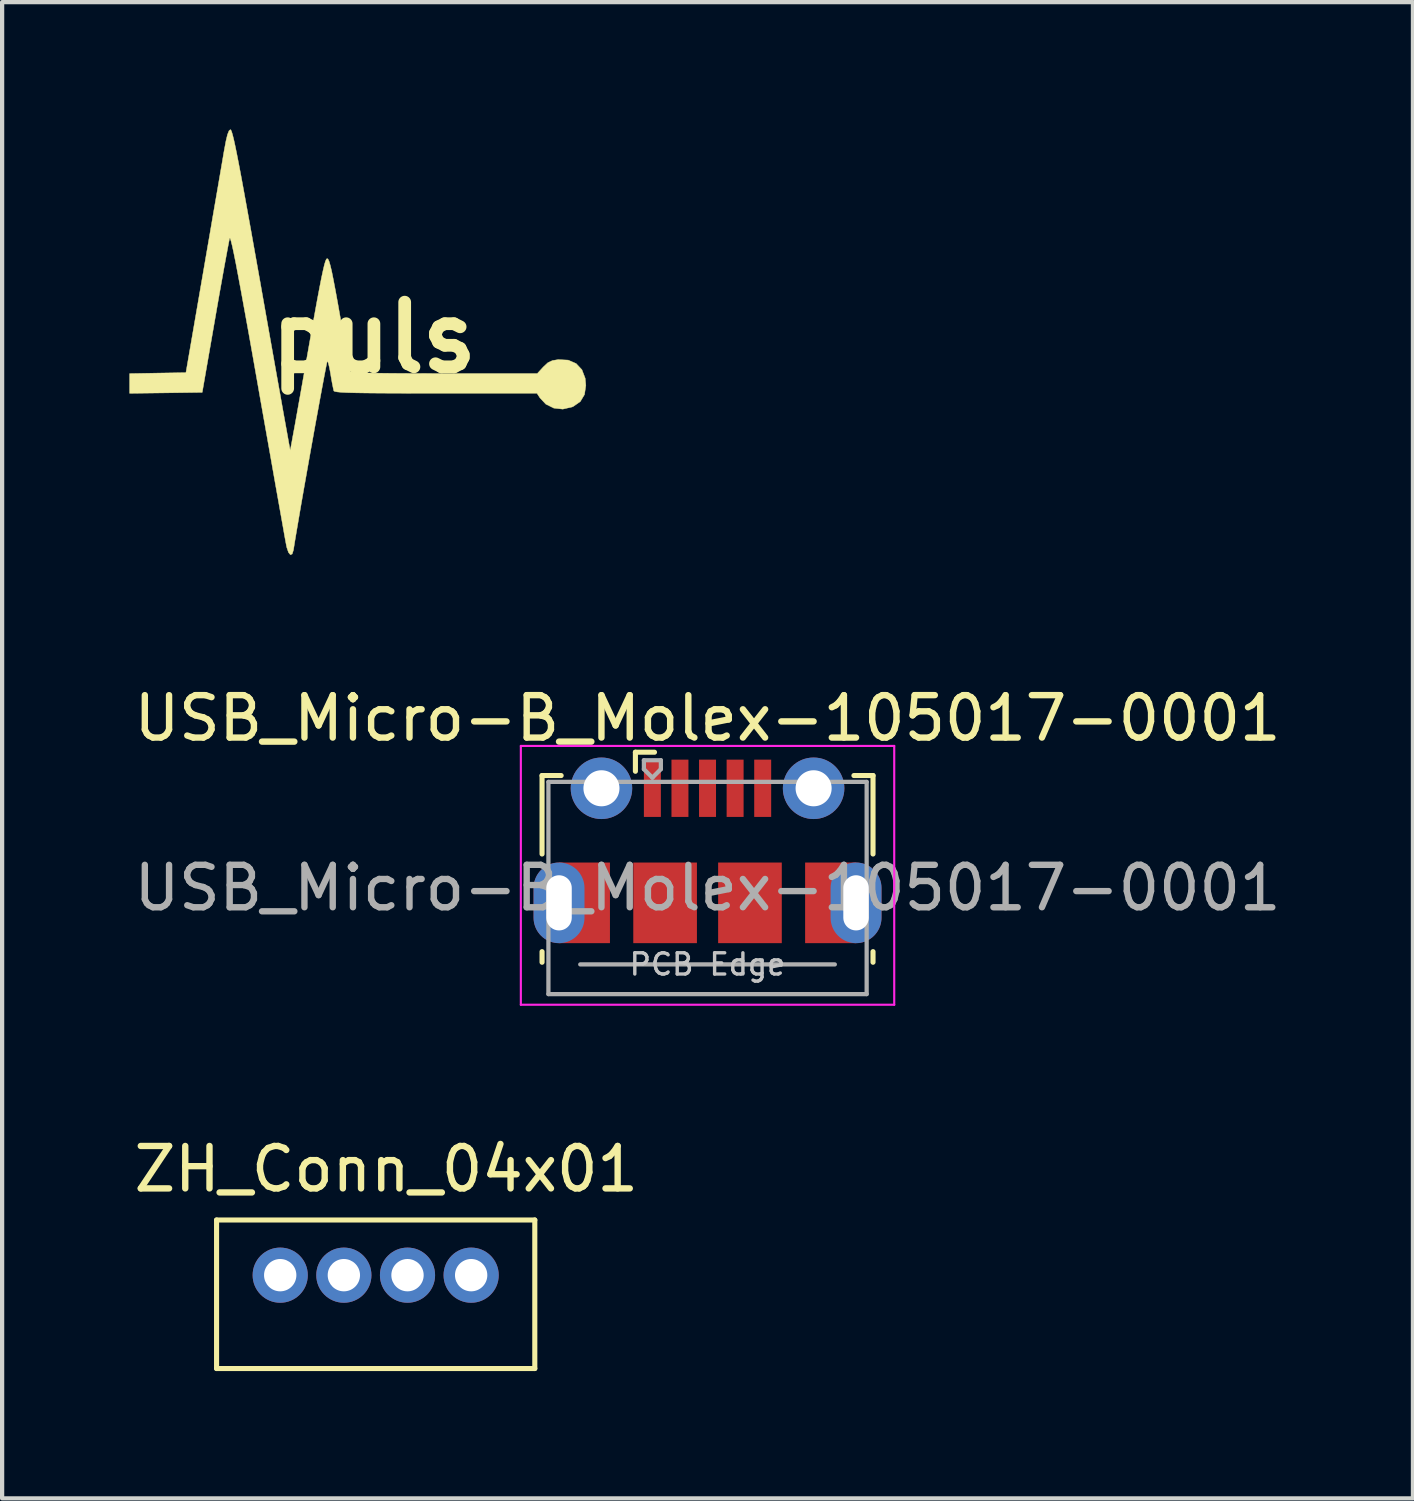
<source format=kicad_pcb>
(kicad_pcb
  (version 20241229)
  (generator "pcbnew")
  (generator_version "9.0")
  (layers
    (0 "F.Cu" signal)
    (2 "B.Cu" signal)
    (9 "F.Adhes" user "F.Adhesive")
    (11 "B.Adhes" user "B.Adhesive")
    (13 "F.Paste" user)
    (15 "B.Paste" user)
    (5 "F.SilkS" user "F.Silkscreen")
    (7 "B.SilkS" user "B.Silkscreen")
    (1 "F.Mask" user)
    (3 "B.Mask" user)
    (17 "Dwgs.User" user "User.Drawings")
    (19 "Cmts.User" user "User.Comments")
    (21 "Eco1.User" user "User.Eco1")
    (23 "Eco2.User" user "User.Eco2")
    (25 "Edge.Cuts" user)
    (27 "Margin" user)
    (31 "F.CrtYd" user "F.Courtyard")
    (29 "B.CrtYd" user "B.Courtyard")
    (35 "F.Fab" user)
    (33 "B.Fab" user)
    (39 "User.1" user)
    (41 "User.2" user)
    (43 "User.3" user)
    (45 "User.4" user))
  (footprint "puls"
    (layer "F.Cu")
    (at 5.762 4.906)
    (property "Reference" "puls" (at 0 0 0) (layer "F.SilkS") (effects (font (size 1.524 1.524) (thickness 0.3))))
    (attr through_hole)
    (fp_poly (pts (xy -3.37 -4.891) (xy -3.353 -4.853) (xy -3.332 -4.783) (xy -3.305 -4.676) (xy -3.272 -4.527) (xy -3.232 -4.332) (xy -3.184 -4.087) (xy -3.127 -3.786) (xy -3.061 -3.426) (xy -2.984 -3.002) (xy -2.895 -2.509) (xy -2.794 -1.943) (xy -2.679 -1.299) (xy -2.65 -1.134) (xy -2.552 -0.58) (xy -2.458 -0.051) (xy -2.369 0.449) (xy -2.287 0.912) (xy -2.211 1.334) (xy -2.145 1.707) (xy -2.087 2.028) (xy -2.04 2.288) (xy -2.005 2.484) (xy -1.982 2.608) (xy -1.973 2.654) (xy -1.973 2.655) (xy -1.964 2.616) (xy -1.942 2.501) (xy -1.909 2.318) (xy -1.864 2.075) (xy -1.811 1.778) (xy -1.75 1.435) (xy -1.682 1.054) (xy -1.609 0.643) (xy -1.566 0.4) (xy -1.477 -0.106) (xy -1.4 -0.534) (xy -1.335 -0.891) (xy -1.28 -1.181) (xy -1.235 -1.412) (xy -1.197 -1.587) (xy -1.167 -1.715) (xy -1.142 -1.799) (xy -1.121 -1.846) (xy -1.104 -1.862) (xy -1.103 -1.863) (xy -1.081 -1.848) (xy -1.057 -1.799) (xy -1.03 -1.707) (xy -0.996 -1.567) (xy -0.956 -1.369) (xy -0.906 -1.107) (xy -0.845 -0.772) (xy -0.808 -0.561) (xy -0.75 -0.238) (xy -0.697 0.059) (xy -0.65 0.32) (xy -0.611 0.534) (xy -0.581 0.69) (xy -0.563 0.779) (xy -0.56 0.794) (xy -0.538 0.806) (xy -0.479 0.816) (xy -0.377 0.825) (xy -0.226 0.832) (xy -0.02 0.837) (xy 0.246 0.841) (xy 0.577 0.844) (xy 0.98 0.846) (xy 1.459 0.847) (xy 1.655 0.847) (xy 3.851 0.847) (xy 3.992 0.693) (xy 4.1 0.592) (xy 4.209 0.541) (xy 4.345 0.519) (xy 4.579 0.531) (xy 4.766 0.612) (xy 4.902 0.757) (xy 4.979 0.958) (xy 4.995 1.127) (xy 4.963 1.343) (xy 4.864 1.508) (xy 4.697 1.624) (xy 4.672 1.635) (xy 4.452 1.686) (xy 4.239 1.662) (xy 4.051 1.568) (xy 3.913 1.42) (xy 3.843 1.312) (xy 1.46 1.312) (xy 0.935 1.312) (xy 0.488 1.311) (xy 0.115 1.309) (xy -0.191 1.306) (xy -0.436 1.302) (xy -0.625 1.297) (xy -0.765 1.29) (xy -0.86 1.281) (xy -0.917 1.271) (xy -0.942 1.259) (xy -0.944 1.257) (xy -0.96 1.19) (xy -0.985 1.065) (xy -1.013 0.906) (xy -1.017 0.876) (xy -1.045 0.723) (xy -1.072 0.608) (xy -1.093 0.553) (xy -1.097 0.55) (xy -1.108 0.591) (xy -1.131 0.705) (xy -1.166 0.885) (xy -1.21 1.12) (xy -1.263 1.403) (xy -1.321 1.723) (xy -1.385 2.071) (xy -1.451 2.439) (xy -1.519 2.818) (xy -1.586 3.197) (xy -1.652 3.569) (xy -1.714 3.923) (xy -1.77 4.251) (xy -1.82 4.544) (xy -1.862 4.792) (xy -1.893 4.986) (xy -1.896 5.006) (xy -1.926 5.1) (xy -1.968 5.118) (xy -2.013 5.063) (xy -2.054 4.942) (xy -2.063 4.9) (xy -2.077 4.825) (xy -2.105 4.673) (xy -2.144 4.451) (xy -2.195 4.165) (xy -2.256 3.822) (xy -2.326 3.429) (xy -2.403 2.991) (xy -2.487 2.515) (xy -2.577 2.009) (xy -2.671 1.478) (xy -2.736 1.107) (xy -2.853 0.443) (xy -2.957 -0.141) (xy -3.049 -0.648) (xy -3.128 -1.082) (xy -3.196 -1.446) (xy -3.252 -1.743) (xy -3.299 -1.977) (xy -3.336 -2.151) (xy -3.365 -2.269) (xy -3.385 -2.333) (xy -3.397 -2.348) (xy -3.4 -2.343) (xy -3.414 -2.276) (xy -3.441 -2.135) (xy -3.479 -1.93) (xy -3.527 -1.67) (xy -3.582 -1.363) (xy -3.643 -1.021) (xy -3.708 -0.651) (xy -3.74 -0.466) (xy -4.046 1.291) (xy -4.902 1.303) (xy -5.757 1.314) (xy -5.757 0.849) (xy -5.094 0.837) (xy -4.43 0.826) (xy -4.021 -1.545) (xy -3.943 -2) (xy -3.866 -2.444) (xy -3.794 -2.867) (xy -3.726 -3.26) (xy -3.665 -3.613) (xy -3.613 -3.916) (xy -3.571 -4.161) (xy -3.541 -4.338) (xy -3.53 -4.402) (xy -3.487 -4.632) (xy -3.45 -4.786) (xy -3.415 -4.873) (xy -3.383 -4.901) (xy -3.37 -4.891)) (stroke (width 0.01) (type solid)) (fill yes) (layer "F.SilkS")))
  (footprint "USB_Micro-B_Molex-105017-0001"
    (layer "F.Cu")
    (at 13.625 16.99)
    (property "Reference" "USB_Micro-B_Molex-105017-0001" (at 0 -3.112 0) (layer "F.SilkS") (effects (font (size 1 1) (thickness 0.15))))
    (attr smd)
    (fp_line (start -3.9 -1.762) (end -3.45 -1.762) (stroke (width 0.12) (type solid)) (layer "F.SilkS"))
    (fp_line (start -3.9 0.087) (end -3.9 -1.762) (stroke (width 0.12) (type solid)) (layer "F.SilkS"))
    (fp_line (start -3.9 2.638) (end -3.9 2.388) (stroke (width 0.12) (type solid)) (layer "F.SilkS"))
    (fp_line (start -1.7 -2.312) (end -1.7 -1.863) (stroke (width 0.12) (type solid)) (layer "F.SilkS"))
    (fp_line (start -1.7 -2.312) (end -1.25 -2.312) (stroke (width 0.12) (type solid)) (layer "F.SilkS"))
    (fp_line (start 3.9 -1.762) (end 3.45 -1.762) (stroke (width 0.12) (type solid)) (layer "F.SilkS"))
    (fp_line (start 3.9 0.087) (end 3.9 -1.762) (stroke (width 0.12) (type solid)) (layer "F.SilkS"))
    (fp_line (start 3.9 2.638) (end 3.9 2.388) (stroke (width 0.12) (type solid)) (layer "F.SilkS"))
    (fp_line (start -4.4 -2.46) (end 4.4 -2.46) (stroke (width 0.05) (type solid)) (layer "F.CrtYd"))
    (fp_line (start -4.4 3.64) (end -4.4 -2.46) (stroke (width 0.05) (type solid)) (layer "F.CrtYd"))
    (fp_line (start -4.4 3.64) (end 4.4 3.64) (stroke (width 0.05) (type solid)) (layer "F.CrtYd"))
    (fp_line (start 4.4 -2.46) (end 4.4 3.64) (stroke (width 0.05) (type solid)) (layer "F.CrtYd"))
    (fp_line (start -3.75 -1.613) (end 3.75 -1.613) (stroke (width 0.1) (type solid)) (layer "F.Fab"))
    (fp_line (start -3.75 3.388) (end -3.75 -1.613) (stroke (width 0.1) (type solid)) (layer "F.Fab"))
    (fp_line (start -3.75 3.389) (end 3.75 3.389) (stroke (width 0.1) (type solid)) (layer "F.Fab"))
    (fp_line (start -3 2.689) (end 3 2.689) (stroke (width 0.1) (type solid)) (layer "F.Fab"))
    (fp_line (start -1.5 -2.123) (end -1.5 -1.913) (stroke (width 0.1) (type solid)) (layer "F.Fab"))
    (fp_line (start -1.5 -2.123) (end -1.1 -2.123) (stroke (width 0.1) (type solid)) (layer "F.Fab"))
    (fp_line (start -1.3 -1.712) (end -1.5 -1.913) (stroke (width 0.1) (type solid)) (layer "F.Fab"))
    (fp_line (start -1.1 -2.123) (end -1.1 -1.913) (stroke (width 0.1) (type solid)) (layer "F.Fab"))
    (fp_line (start -1.1 -1.913) (end -1.3 -1.712) (stroke (width 0.1) (type solid)) (layer "F.Fab"))
    (fp_line (start 3.75 3.388) (end 3.75 -1.613) (stroke (width 0.1) (type solid)) (layer "F.Fab"))
    (fp_text user "PCB Edge" (at 0 2.688 0) (layer "Dwgs.User") (effects (font (size 0.5 0.5) (thickness 0.08))))
    (fp_text user "${REFERENCE}" (at 0 0.887 0) (layer "F.Fab") (effects (font (size 1 1) (thickness 0.15))))
    (pad "1" smd rect (at -1.3 -1.462) (size 0.4 1.35) (layers "F.Cu" "F.Mask" "F.Paste"))
    (pad "2" smd rect (at -0.65 -1.462) (size 0.4 1.35) (layers "F.Cu" "F.Mask" "F.Paste"))
    (pad "3" smd rect (at 0 -1.462) (size 0.4 1.35) (layers "F.Cu" "F.Mask" "F.Paste"))
    (pad "4" smd rect (at 0.65 -1.462) (size 0.4 1.35) (layers "F.Cu" "F.Mask" "F.Paste"))
    (pad "5" smd rect (at 1.3 -1.462) (size 0.4 1.35) (layers "F.Cu" "F.Mask" "F.Paste"))
    (pad "6" thru_hole oval (at -3.5 1.238 180) (size 1.2 1.9) (drill oval 0.6 1.3) (layers "*.Cu" "*.Mask"))
    (pad "6" smd rect (at -2.9 1.238) (size 1.2 1.9) (layers "F.Cu" "F.Mask"))
    (pad "6" thru_hole circle (at -2.5 -1.462) (size 1.45 1.45) (drill 0.85) (layers "*.Cu" "*.Mask"))
    (pad "6" smd rect (at -1 1.238) (size 1.5 1.9) (layers "F.Cu" "F.Mask" "F.Paste"))
    (pad "6" smd rect (at 1 1.238) (size 1.5 1.9) (layers "F.Cu" "F.Mask" "F.Paste"))
    (pad "6" thru_hole circle (at 2.5 -1.462) (size 1.45 1.45) (drill 0.85) (layers "*.Cu" "*.Mask"))
    (pad "6" smd rect (at 2.9 1.238) (size 1.2 1.9) (layers "F.Cu" "F.Mask"))
    (pad "6" thru_hole oval (at 3.5 1.238) (size 1.2 1.9) (drill oval 0.6 1.3) (layers "*.Cu" "*.Mask")))
  (footprint "ZH_Conn_04x01"
    (layer "F.Cu")
    (at 7.054 24.003)
    (property "Reference" "ZH_Conn_04x01" (at -1 0.5 0) (layer "F.SilkS") (effects (font (size 1 1) (thickness 0.15))))
    (attr through_hole)
    (fp_line (start -5 1.7) (end 2.5 1.7) (stroke (width 0.12) (type solid)) (layer "F.SilkS"))
    (fp_line (start -5 5.2) (end -5 1.7) (stroke (width 0.12) (type solid)) (layer "F.SilkS"))
    (fp_line (start 2.5 1.7) (end 2.5 5.2) (stroke (width 0.12) (type solid)) (layer "F.SilkS"))
    (fp_line (start 2.5 5.2) (end -5 5.2) (stroke (width 0.12) (type solid)) (layer "F.SilkS"))
    (pad "1" thru_hole circle (at -3.5 3) (size 1.3 1.3) (drill 0.762) (layers "*.Cu" "*.Mask"))
    (pad "2" thru_hole circle (at -2 3) (size 1.3 1.3) (drill 0.762) (layers "*.Cu" "*.Mask"))
    (pad "3" thru_hole circle (at -0.5 3) (size 1.3 1.3) (drill 0.762) (layers "*.Cu" "*.Mask"))
    (pad "4" thru_hole circle (at 1 3) (size 1.3 1.3) (drill 0.762) (layers "*.Cu" "*.Mask")))
  (gr_rect
    (start -3 -3)
    (end 30.25 32.263)
    (stroke (width 0.1) (type default))
    (fill no)
    (layer "Edge.Cuts")))
</source>
